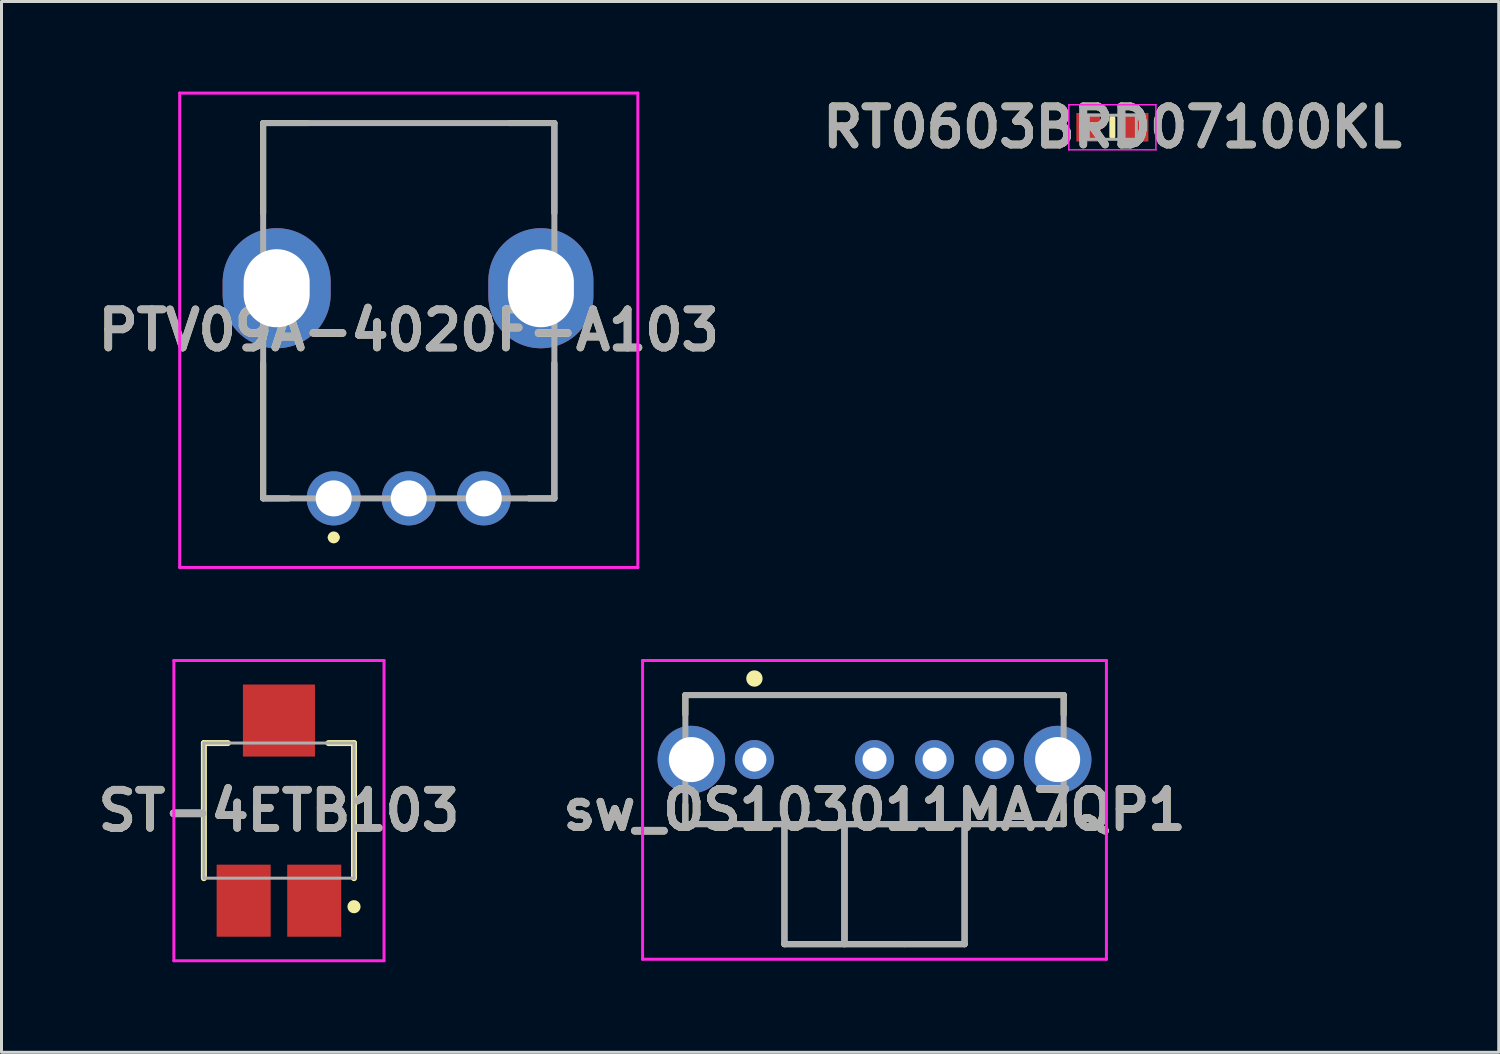
<source format=kicad_pcb>
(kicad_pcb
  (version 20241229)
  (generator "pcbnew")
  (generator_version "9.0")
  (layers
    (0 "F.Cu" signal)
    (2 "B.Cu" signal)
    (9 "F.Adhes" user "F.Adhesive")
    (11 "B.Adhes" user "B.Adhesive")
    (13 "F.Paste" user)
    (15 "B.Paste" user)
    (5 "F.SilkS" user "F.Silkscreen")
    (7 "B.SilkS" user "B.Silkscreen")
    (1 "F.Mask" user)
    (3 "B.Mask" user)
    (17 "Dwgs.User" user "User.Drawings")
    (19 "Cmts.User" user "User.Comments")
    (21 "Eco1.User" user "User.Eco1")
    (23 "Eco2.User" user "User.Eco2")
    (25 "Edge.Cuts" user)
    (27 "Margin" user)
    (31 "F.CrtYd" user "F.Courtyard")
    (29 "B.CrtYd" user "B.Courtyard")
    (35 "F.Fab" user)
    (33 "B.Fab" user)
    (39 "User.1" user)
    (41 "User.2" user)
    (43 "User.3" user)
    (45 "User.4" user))
  (footprint "RT0603BRD07100KL"
    (layer "F.Cu")
    (at 34 1.189)
    (property "Reference" "RT0603BRD07100KL" (at 0 0 0) (layer "F.SilkS") (effects (font (size 1.27 1.27) (thickness 0.254))))
    (attr smd)
    (fp_line (start 0 -0.3) (end 0 0.3) (stroke (width 0.2) (type solid)) (layer "F.SilkS"))
    (fp_line (start -1.45 -0.75) (end 1.45 -0.75) (stroke (width 0.05) (type solid)) (layer "F.CrtYd"))
    (fp_line (start -1.45 0.75) (end -1.45 -0.75) (stroke (width 0.05) (type solid)) (layer "F.CrtYd"))
    (fp_line (start 1.45 -0.75) (end 1.45 0.75) (stroke (width 0.05) (type solid)) (layer "F.CrtYd"))
    (fp_line (start 1.45 0.75) (end -1.45 0.75) (stroke (width 0.05) (type solid)) (layer "F.CrtYd"))
    (fp_line (start -0.8 -0.4) (end 0.8 -0.4) (stroke (width 0.1) (type solid)) (layer "F.Fab"))
    (fp_line (start -0.8 0.4) (end -0.8 -0.4) (stroke (width 0.1) (type solid)) (layer "F.Fab"))
    (fp_line (start 0.8 -0.4) (end 0.8 0.4) (stroke (width 0.1) (type solid)) (layer "F.Fab"))
    (fp_line (start 0.8 0.4) (end -0.8 0.4) (stroke (width 0.1) (type solid)) (layer "F.Fab"))
    (fp_text user "${REFERENCE}" (at 0 0 0) (layer "F.Fab") (effects (font (size 1.27 1.27) (thickness 0.254))))
    (pad "1" smd rect (at -0.8 0) (size 0.8 0.95) (layers "F.Cu" "F.Mask" "F.Paste"))
    (pad "2" smd rect (at 0.8 0) (size 0.8 0.95) (layers "F.Cu" "F.Mask" "F.Paste")))
  (footprint "PTV09A-4020F-A103"
    (layer "F.Cu")
    (at 10.565 7.95)
    (property "Reference" "PTV09A-4020F-A103" (at 0 0 0) (layer "F.SilkS") (effects (font (size 1.27 1.27) (thickness 0.254))))
    (attr through_hole)
    (fp_line (start -4.85 -6.9) (end -3.35 -6.9) (stroke (width 0.2) (type default)) (layer "F.SilkS"))
    (fp_line (start -4.85 -3.9) (end -4.85 -6.9) (stroke (width 0.2) (type solid)) (layer "F.SilkS"))
    (fp_line (start -4.85 1.1) (end -4.85 5.6) (stroke (width 0.2) (type solid)) (layer "F.SilkS"))
    (fp_line (start -4.85 5.6) (end -4 5.6) (stroke (width 0.2) (type solid)) (layer "F.SilkS"))
    (fp_line (start 4 5.6) (end 4.85 5.6) (stroke (width 0.2) (type solid)) (layer "F.SilkS"))
    (fp_line (start 4.85 -6.9) (end 3.35 -6.9) (stroke (width 0.2) (type default)) (layer "F.SilkS"))
    (fp_line (start 4.85 -6.9) (end 4.85 -3.9) (stroke (width 0.2) (type solid)) (layer "F.SilkS"))
    (fp_line (start 4.85 5.6) (end 4.85 1.1) (stroke (width 0.2) (type solid)) (layer "F.SilkS"))
    (fp_arc (start -2.6 6.9) (mid -2.5 6.8) (end -2.4 6.9) (stroke (width 0.2) (type solid)) (layer "F.SilkS"))
    (fp_arc (start -2.4 6.9) (mid -2.5 7) (end -2.6 6.9) (stroke (width 0.2) (type solid)) (layer "F.SilkS"))
    (fp_line (start -7.63 -7.9) (end 7.63 -7.9) (stroke (width 0.1) (type solid)) (layer "F.CrtYd"))
    (fp_line (start -7.63 7.9) (end -7.63 -7.9) (stroke (width 0.1) (type solid)) (layer "F.CrtYd"))
    (fp_line (start 7.63 -7.9) (end 7.63 7.9) (stroke (width 0.1) (type solid)) (layer "F.CrtYd"))
    (fp_line (start 7.63 7.9) (end -7.63 7.9) (stroke (width 0.1) (type solid)) (layer "F.CrtYd"))
    (fp_line (start -4.85 -6.9) (end 4.85 -6.9) (stroke (width 0.2) (type solid)) (layer "F.Fab"))
    (fp_line (start -4.85 5.6) (end -4.85 -6.9) (stroke (width 0.2) (type solid)) (layer "F.Fab"))
    (fp_line (start 4.85 -6.9) (end 4.85 5.6) (stroke (width 0.2) (type solid)) (layer "F.Fab"))
    (fp_line (start 4.85 5.6) (end -4.85 5.6) (stroke (width 0.2) (type solid)) (layer "F.Fab"))
    (fp_text user "${REFERENCE}" (at 0 0 0) (layer "F.Fab") (effects (font (size 1.27 1.27) (thickness 0.254))))
    (pad "1" thru_hole circle (at -2.5 5.6) (size 1.8 1.8) (drill 1.2) (layers "*.Cu" "*.Mask"))
    (pad "2" thru_hole circle (at 0 5.6) (size 1.8 1.8) (drill 1.2) (layers "*.Cu" "*.Mask"))
    (pad "3" thru_hole circle (at 2.5 5.6) (size 1.8 1.8) (drill 1.2) (layers "*.Cu" "*.Mask"))
    (pad "4" thru_hole oval (at -4.4 -1.4) (size 3.6 4) (drill oval 2.2 2.6) (layers "*.Cu" "*.Mask"))
    (pad "5" thru_hole oval (at 4.4 -1.4) (size 3.5 4) (drill oval 2.2 2.6) (layers "*.Cu" "*.Mask")))
  (footprint "sw_OS103011MA7QP1"
    (layer "F.Cu")
    (at 26.078 24.4)
    (property "Reference" "sw_OS103011MA7QP1" (at 0 -0.475 0) (layer "F.SilkS") (effects (font (size 1.27 1.27) (thickness 0.254))))
    (attr through_hole)
    (fp_line (start -6.3 -4.3) (end 6.3 -4.3) (stroke (width 0.2) (type solid)) (layer "F.SilkS"))
    (fp_line (start -6.3 -3.65) (end -6.3 -4.3) (stroke (width 0.2) (type solid)) (layer "F.SilkS"))
    (fp_line (start -6.3 -0.65) (end -6.3 0) (stroke (width 0.2) (type solid)) (layer "F.SilkS"))
    (fp_line (start -6.3 0) (end 6.3 0) (stroke (width 0.2) (type solid)) (layer "F.SilkS"))
    (fp_line (start -4.1 -4.85) (end -4.1 -4.85) (stroke (width 0.2) (type solid)) (layer "F.SilkS"))
    (fp_line (start -3.9 -4.85) (end -3.9 -4.85) (stroke (width 0.2) (type solid)) (layer "F.SilkS"))
    (fp_line (start -3 0) (end -3 4) (stroke (width 0.2) (type default)) (layer "F.SilkS"))
    (fp_line (start -3 4) (end 3 4) (stroke (width 0.2) (type default)) (layer "F.SilkS"))
    (fp_line (start -1 4) (end -1 0) (stroke (width 0.2) (type default)) (layer "F.SilkS"))
    (fp_line (start 3 4) (end 3 0) (stroke (width 0.2) (type default)) (layer "F.SilkS"))
    (fp_line (start 6.3 -4.3) (end 6.3 -3.65) (stroke (width 0.2) (type solid)) (layer "F.SilkS"))
    (fp_line (start 6.3 0) (end 6.3 -0.65) (stroke (width 0.2) (type solid)) (layer "F.SilkS"))
    (fp_arc (start -4.1 -4.85) (mid -4 -4.95) (end -3.9 -4.85) (stroke (width 0.2) (type solid)) (layer "F.SilkS"))
    (fp_arc (start -3.9 -4.85) (mid -4 -4.75) (end -4.1 -4.85) (stroke (width 0.2) (type solid)) (layer "F.SilkS"))
    (fp_circle (center -4 -4.85) (end -3.788 -4.85) (stroke (width 0.12) (type solid)) (fill yes) (layer "F.SilkS"))
    (fp_line (start -7.725 -5.45) (end 7.725 -5.45) (stroke (width 0.1) (type solid)) (layer "F.CrtYd"))
    (fp_line (start -7.725 4.5) (end -7.725 -5.45) (stroke (width 0.1) (type solid)) (layer "F.CrtYd"))
    (fp_line (start 7.725 -5.45) (end 7.725 4.5) (stroke (width 0.1) (type solid)) (layer "F.CrtYd"))
    (fp_line (start 7.725 4.5) (end -7.725 4.5) (stroke (width 0.1) (type solid)) (layer "F.CrtYd"))
    (fp_line (start -6.3 -4.3) (end 6.3 -4.3) (stroke (width 0.2) (type solid)) (layer "F.Fab"))
    (fp_line (start -6.3 0) (end -6.3 -4.3) (stroke (width 0.2) (type solid)) (layer "F.Fab"))
    (fp_line (start -3 0) (end 1 0) (stroke (width 0.2) (type solid)) (layer "F.Fab"))
    (fp_line (start -3 4) (end -3 0) (stroke (width 0.2) (type solid)) (layer "F.Fab"))
    (fp_line (start -1 0) (end -1 4) (stroke (width 0.2) (type solid)) (layer "F.Fab"))
    (fp_line (start -1 4) (end -1 0) (stroke (width 0.2) (type solid)) (layer "F.Fab"))
    (fp_line (start 1 0) (end 3 0) (stroke (width 0.2) (type solid)) (layer "F.Fab"))
    (fp_line (start 1 4) (end -3 4) (stroke (width 0.2) (type solid)) (layer "F.Fab"))
    (fp_line (start 3 0) (end 3 4) (stroke (width 0.2) (type solid)) (layer "F.Fab"))
    (fp_line (start 3 4) (end 1 4) (stroke (width 0.2) (type solid)) (layer "F.Fab"))
    (fp_line (start 6.3 -4.3) (end 6.3 0) (stroke (width 0.2) (type solid)) (layer "F.Fab"))
    (fp_line (start 6.3 0) (end -6.3 0) (stroke (width 0.2) (type solid)) (layer "F.Fab"))
    (fp_text user "${REFERENCE}" (at 0 -0.475 0) (layer "F.Fab") (effects (font (size 1.27 1.27) (thickness 0.254))))
    (pad "1" thru_hole circle (at -4 -2.15) (size 1.3 1.3) (drill 0.8) (layers "*.Cu" "*.Mask"))
    (pad "2" thru_hole circle (at 0 -2.15) (size 1.3 1.3) (drill 0.8) (layers "*.Cu" "*.Mask"))
    (pad "3" thru_hole circle (at 2 -2.15) (size 1.3 1.3) (drill 0.8) (layers "*.Cu" "*.Mask"))
    (pad "4" thru_hole circle (at 4 -2.15) (size 1.3 1.3) (drill 0.8) (layers "*.Cu" "*.Mask"))
    (pad "MH1" thru_hole circle (at -6.1 -2.15) (size 2.25 2.25) (drill 1.5) (layers "*.Cu" "*.Mask"))
    (pad "MH2" thru_hole circle (at 6.1 -2.15) (size 2.25 2.25) (drill 1.5) (layers "*.Cu" "*.Mask")))
  (footprint "ST-4ETB103"
    (layer "F.Cu")
    (at 6.241 23.95)
    (property "Reference" "ST-4ETB103" (at 0 0 0) (layer "F.SilkS") (effects (font (size 1.27 1.27) (thickness 0.254))))
    (attr smd)
    (fp_line (start -2.5 -2.25) (end -2.5 2.25) (stroke (width 0.2) (type solid)) (layer "F.SilkS"))
    (fp_line (start -1.7 -2.25) (end -2.5 -2.25) (stroke (width 0.2) (type solid)) (layer "F.SilkS"))
    (fp_line (start 1.65 -2.25) (end 2.5 -2.25) (stroke (width 0.2) (type solid)) (layer "F.SilkS"))
    (fp_line (start 2.5 -2.25) (end 2.5 2.25) (stroke (width 0.2) (type solid)) (layer "F.SilkS"))
    (fp_line (start 2.5 3.15) (end 2.5 3.15) (stroke (width 0.2) (type solid)) (layer "F.SilkS"))
    (fp_line (start 2.5 3.15) (end 2.5 3.25) (stroke (width 0.2) (type solid)) (layer "F.SilkS"))
    (fp_line (start 2.5 3.25) (end 2.5 3.25) (stroke (width 0.2) (type solid)) (layer "F.SilkS"))
    (fp_arc (start 2.5 3.15) (mid 2.55 3.2) (end 2.5 3.25) (stroke (width 0.2) (type solid)) (layer "F.SilkS"))
    (fp_arc (start 2.5 3.25) (mid 2.45 3.2) (end 2.5 3.15) (stroke (width 0.2) (type solid)) (layer "F.SilkS"))
    (fp_circle (center 2.5 3.2) (end 2.45 3.05) (stroke (width 0.12) (type default)) (fill no) (layer "F.SilkS"))
    (fp_line (start -3.5 -5) (end -3.5 5) (stroke (width 0.1) (type solid)) (layer "F.CrtYd"))
    (fp_line (start -3.5 5) (end 3.5 5) (stroke (width 0.1) (type solid)) (layer "F.CrtYd"))
    (fp_line (start 3.5 -5) (end -3.5 -5) (stroke (width 0.1) (type solid)) (layer "F.CrtYd"))
    (fp_line (start 3.5 5) (end 3.5 -5) (stroke (width 0.1) (type solid)) (layer "F.CrtYd"))
    (fp_line (start -2.5 -2.25) (end -2.5 2.25) (stroke (width 0.1) (type solid)) (layer "F.Fab"))
    (fp_line (start -2.5 2.25) (end 2.5 2.25) (stroke (width 0.1) (type solid)) (layer "F.Fab"))
    (fp_line (start 2.5 -2.25) (end -2.5 -2.25) (stroke (width 0.1) (type solid)) (layer "F.Fab"))
    (fp_line (start 2.5 2.25) (end 2.5 -2.25) (stroke (width 0.1) (type solid)) (layer "F.Fab"))
    (fp_text user "${REFERENCE}" (at 0 0 0) (layer "F.Fab") (effects (font (size 1.27 1.27) (thickness 0.254))))
    (pad "1" smd rect (at 1.175 3) (size 1.8 2.4) (layers "F.Cu" "F.Mask" "F.Paste"))
    (pad "2" smd rect (at 0 -3) (size 2.4 2.4) (layers "F.Cu" "F.Mask" "F.Paste"))
    (pad "3" smd rect (at -1.175 3) (size 1.8 2.4) (layers "F.Cu" "F.Mask" "F.Paste")))
  (gr_rect
    (start -3 -3)
    (end 46.87 32)
    (stroke (width 0.1) (type default))
    (fill no)
    (layer "Edge.Cuts")))
</source>
